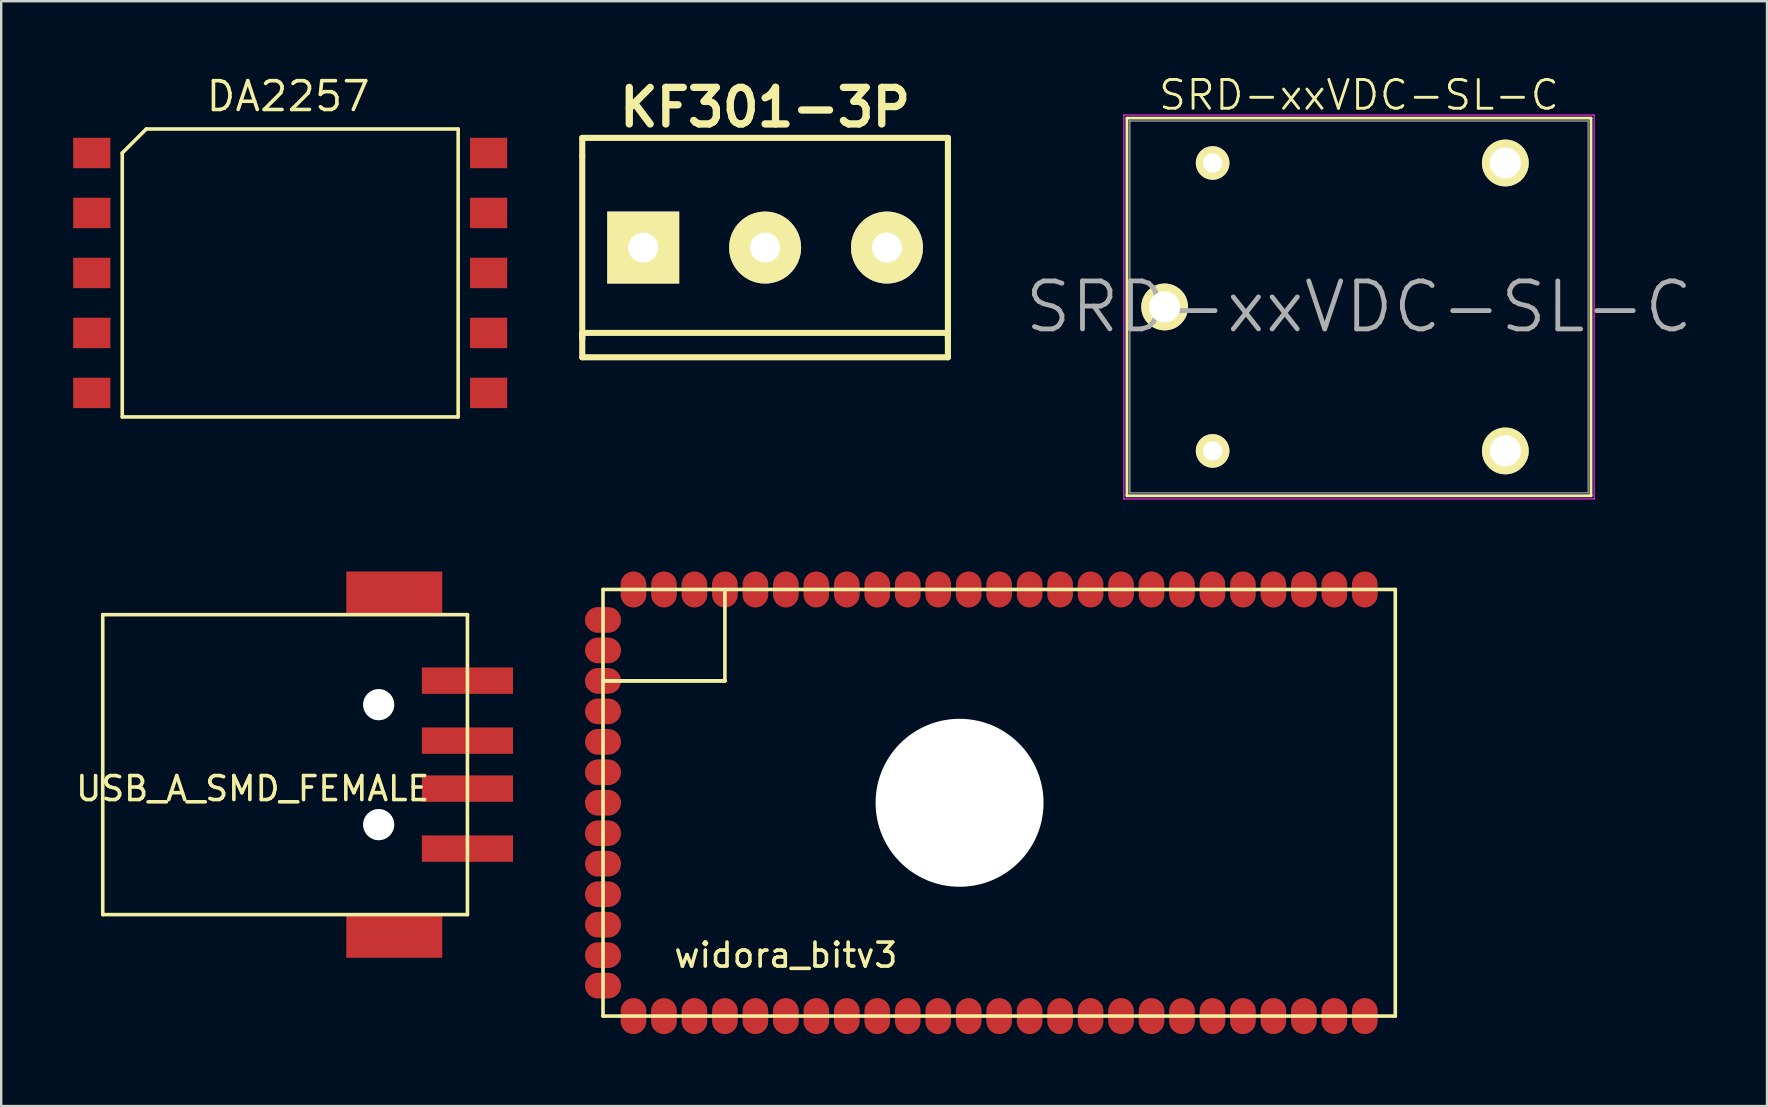
<source format=kicad_pcb>
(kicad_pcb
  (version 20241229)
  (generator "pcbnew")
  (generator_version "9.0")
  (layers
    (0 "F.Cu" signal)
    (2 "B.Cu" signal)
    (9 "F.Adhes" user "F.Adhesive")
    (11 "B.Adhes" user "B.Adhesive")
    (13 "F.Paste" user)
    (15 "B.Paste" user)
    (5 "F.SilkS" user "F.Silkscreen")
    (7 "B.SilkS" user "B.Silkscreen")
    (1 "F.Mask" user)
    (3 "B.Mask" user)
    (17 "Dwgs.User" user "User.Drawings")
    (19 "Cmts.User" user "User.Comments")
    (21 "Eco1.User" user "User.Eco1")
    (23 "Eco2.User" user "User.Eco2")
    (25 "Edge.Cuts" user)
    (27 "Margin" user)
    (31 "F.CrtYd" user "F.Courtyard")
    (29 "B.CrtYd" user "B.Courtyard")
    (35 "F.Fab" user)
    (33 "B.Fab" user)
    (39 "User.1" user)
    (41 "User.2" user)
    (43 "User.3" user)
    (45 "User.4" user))
  (footprint "USB_A_SMD_FEMALE"
    (layer "F.Cu")
    (at 12.732 28.818)
    (property "Reference" "USB_A_SMD_FEMALE" (at -5.25 1 0) (layer "F.SilkS") (effects (font (size 1 1) (thickness 0.15))))
    (attr through_hole)
    (fp_line (start -11.5 -6.25) (end 3.7 -6.25) (stroke (width 0.15) (type solid)) (layer "F.SilkS"))
    (fp_line (start -11.5 6.25) (end -11.5 -6.25) (stroke (width 0.15) (type solid)) (layer "F.SilkS"))
    (fp_line (start 3.7 -6.25) (end 3.7 6.25) (stroke (width 0.15) (type solid)) (layer "F.SilkS"))
    (fp_line (start 3.7 6.25) (end -11.5 6.25) (stroke (width 0.15) (type solid)) (layer "F.SilkS"))
    (pad "" np_thru_hole circle (at 0 -2.5) (size 1.3 1.3) (drill 1.3) (layers "*.Cu" "*.Mask"))
    (pad "" np_thru_hole circle (at 0 2.5) (size 1.3 1.3) (drill 1.3) (layers "*.Cu" "*.Mask"))
    (pad "1" smd rect (at 3.7 -3.5) (size 3.8 1.1) (layers "F.Cu" "F.Mask" "F.Paste"))
    (pad "2" smd rect (at 3.7 -1) (size 3.8 1.1) (layers "F.Cu" "F.Mask" "F.Paste"))
    (pad "3" smd rect (at 3.7 1) (size 3.8 1.1) (layers "F.Cu" "F.Mask" "F.Paste"))
    (pad "4" smd rect (at 3.7 3.5) (size 3.8 1.1) (layers "F.Cu" "F.Mask" "F.Paste"))
    (pad "5" smd rect (at 0.65 -7.15) (size 4 1.8) (layers "F.Cu" "F.Mask" "F.Paste"))
    (pad "5" smd rect (at 0.65 7.15) (size 4 1.8) (layers "F.Cu" "F.Mask" "F.Paste")))
  (footprint "KF301-3P"
    (layer "F.Cu")
    (at 28.837 7.268)
    (property "Reference" "KF301-3P" (at 0 -5.842 0) (layer "F.SilkS") (effects (font (size 1.524 1.524) (thickness 0.305))))
    (attr through_hole)
    (fp_line (start -7.62 -4.572) (end -7.62 -3.81) (stroke (width 0.254) (type solid)) (layer "F.SilkS"))
    (fp_line (start -7.62 -4.572) (end 7.62 -4.572) (stroke (width 0.254) (type solid)) (layer "F.SilkS"))
    (fp_line (start -7.62 3.556) (end 7.62 3.556) (stroke (width 0.254) (type solid)) (layer "F.SilkS"))
    (fp_line (start -7.62 3.81) (end -7.62 -3.81) (stroke (width 0.254) (type solid)) (layer "F.SilkS"))
    (fp_line (start -7.62 4.572) (end -7.62 3.556) (stroke (width 0.254) (type solid)) (layer "F.SilkS"))
    (fp_line (start 7.62 -4.572) (end 7.62 -3.81) (stroke (width 0.254) (type solid)) (layer "F.SilkS"))
    (fp_line (start 7.62 3.556) (end 7.62 4.572) (stroke (width 0.254) (type solid)) (layer "F.SilkS"))
    (fp_line (start 7.62 3.81) (end 7.62 -3.81) (stroke (width 0.254) (type solid)) (layer "F.SilkS"))
    (fp_line (start 7.62 4.572) (end -7.62 4.572) (stroke (width 0.254) (type solid)) (layer "F.SilkS"))
    (pad "1" thru_hole rect (at -5.08 0) (size 3 3) (drill 1.25) (layers "*.Cu" "*.Mask" "F.SilkS"))
    (pad "2" thru_hole circle (at 0 0) (size 3 3) (drill 1.25) (layers "*.Cu" "*.Mask" "F.SilkS"))
    (pad "3" thru_hole circle (at 5.08 0) (size 3 3) (drill 1.25) (layers "*.Cu" "*.Mask" "F.SilkS")))
  (footprint "widora_bitv3"
    (layer "F.Cu")
    (at 38.592 30.408)
    (property "Reference" "widora_bitv3" (at -8.89 6.35 0) (layer "F.SilkS") (effects (font (size 1 1) (thickness 0.15))))
    (attr through_hole)
    (fp_line (start -16.51 -8.89) (end -16.51 8.89) (stroke (width 0.15) (type solid)) (layer "F.SilkS"))
    (fp_line (start -16.51 -5.08) (end -11.43 -5.08) (stroke (width 0.15) (type solid)) (layer "F.SilkS"))
    (fp_line (start -16.51 8.89) (end 16.51 8.89) (stroke (width 0.15) (type solid)) (layer "F.SilkS"))
    (fp_line (start -11.43 -5.08) (end -16.51 -5.08) (stroke (width 0.15) (type solid)) (layer "F.SilkS"))
    (fp_line (start -11.43 -5.08) (end -11.43 -8.89) (stroke (width 0.15) (type solid)) (layer "F.SilkS"))
    (fp_line (start 16.51 -8.89) (end -16.51 -8.89) (stroke (width 0.15) (type solid)) (layer "F.SilkS"))
    (fp_line (start 16.51 8.89) (end 16.51 -8.89) (stroke (width 0.15) (type solid)) (layer "F.SilkS"))
    (pad "" np_thru_hole circle (at -1.65 0) (size 7 7) (drill 7) (layers "*.Cu"))
    (pad "A1" smd oval (at -16.51 -7.62) (size 1.5 1.07) (layers "F.Cu" "F.Mask" "F.Paste"))
    (pad "A2" smd oval (at -16.51 -6.35) (size 1.5 1.07) (layers "F.Cu" "F.Mask" "F.Paste"))
    (pad "A3" smd oval (at -16.51 -5.08) (size 1.5 1.07) (layers "F.Cu" "F.Mask" "F.Paste"))
    (pad "A4" smd oval (at -16.51 -3.81) (size 1.5 1.07) (layers "F.Cu" "F.Mask" "F.Paste"))
    (pad "A5" smd oval (at -16.51 -2.54) (size 1.5 1.07) (layers "F.Cu" "F.Mask" "F.Paste"))
    (pad "A6" smd oval (at -16.51 -1.27) (size 1.5 1.07) (layers "F.Cu" "F.Mask" "F.Paste"))
    (pad "A7" smd oval (at -16.51 0) (size 1.5 1.07) (layers "F.Cu" "F.Mask" "F.Paste"))
    (pad "A8" smd oval (at -16.51 1.27) (size 1.5 1.07) (layers "F.Cu" "F.Mask" "F.Paste"))
    (pad "A9" smd oval (at -16.51 2.54) (size 1.5 1.07) (layers "F.Cu" "F.Mask" "F.Paste"))
    (pad "A10" smd oval (at -16.51 3.81) (size 1.5 1.07) (layers "F.Cu" "F.Mask" "F.Paste"))
    (pad "A11" smd oval (at -16.51 5.08) (size 1.5 1.07) (layers "F.Cu" "F.Mask" "F.Paste"))
    (pad "A12" smd oval (at -16.51 6.35) (size 1.5 1.07) (layers "F.Cu" "F.Mask" "F.Paste"))
    (pad "A13" smd oval (at -16.51 7.62) (size 1.5 1.07) (layers "F.Cu" "F.Mask" "F.Paste"))
    (pad "B1" smd oval (at -15.24 8.89) (size 1.07 1.5) (layers "F.Cu" "F.Mask" "F.Paste"))
    (pad "B2" smd oval (at -13.97 8.89) (size 1.07 1.5) (layers "F.Cu" "F.Mask" "F.Paste"))
    (pad "B3" smd oval (at -12.7 8.89) (size 1.07 1.5) (layers "F.Cu" "F.Mask" "F.Paste"))
    (pad "B4" smd oval (at -11.43 8.89) (size 1.07 1.5) (layers "F.Cu" "F.Mask" "F.Paste"))
    (pad "B5" smd oval (at -10.16 8.89) (size 1.07 1.5) (layers "F.Cu" "F.Mask" "F.Paste"))
    (pad "B6" smd oval (at -8.89 8.89) (size 1.07 1.5) (layers "F.Cu" "F.Mask" "F.Paste"))
    (pad "B7" smd oval (at -7.62 8.89) (size 1.07 1.5) (layers "F.Cu" "F.Mask" "F.Paste"))
    (pad "B8" smd oval (at -6.35 8.89) (size 1.07 1.5) (layers "F.Cu" "F.Mask" "F.Paste"))
    (pad "B9" smd oval (at -5.08 8.89) (size 1.07 1.5) (layers "F.Cu" "F.Mask" "F.Paste"))
    (pad "B10" smd oval (at -3.81 8.89) (size 1.07 1.5) (layers "F.Cu" "F.Mask" "F.Paste"))
    (pad "B11" smd oval (at -2.54 8.89) (size 1.07 1.5) (layers "F.Cu" "F.Mask" "F.Paste"))
    (pad "B12" smd oval (at -1.27 8.89) (size 1.07 1.5) (layers "F.Cu" "F.Mask" "F.Paste"))
    (pad "B13" smd oval (at 0 8.89) (size 1.07 1.5) (layers "F.Cu" "F.Mask" "F.Paste"))
    (pad "B14" smd oval (at 1.27 8.89) (size 1.07 1.5) (layers "F.Cu" "F.Mask" "F.Paste"))
    (pad "B15" smd oval (at 2.54 8.89) (size 1.07 1.5) (layers "F.Cu" "F.Mask" "F.Paste"))
    (pad "B16" smd oval (at 3.81 8.89) (size 1.07 1.5) (layers "F.Cu" "F.Mask" "F.Paste"))
    (pad "B17" smd oval (at 5.08 8.89) (size 1.07 1.5) (layers "F.Cu" "F.Mask" "F.Paste"))
    (pad "B18" smd oval (at 6.35 8.89) (size 1.07 1.5) (layers "F.Cu" "F.Mask" "F.Paste"))
    (pad "B19" smd oval (at 7.62 8.89) (size 1.07 1.5) (layers "F.Cu" "F.Mask" "F.Paste"))
    (pad "B20" smd oval (at 8.89 8.89) (size 1.07 1.5) (layers "F.Cu" "F.Mask" "F.Paste"))
    (pad "B21" smd oval (at 10.16 8.89) (size 1.07 1.5) (layers "F.Cu" "F.Mask" "F.Paste"))
    (pad "B22" smd oval (at 11.43 8.89) (size 1.07 1.5) (layers "F.Cu" "F.Mask" "F.Paste"))
    (pad "B23" smd oval (at 12.7 8.89) (size 1.07 1.5) (layers "F.Cu" "F.Mask" "F.Paste"))
    (pad "B24" smd oval (at 13.97 8.89) (size 1.07 1.5) (layers "F.Cu" "F.Mask" "F.Paste"))
    (pad "B25" smd oval (at 15.24 8.89) (size 1.07 1.5) (layers "F.Cu" "F.Mask" "F.Paste"))
    (pad "C1" smd oval (at -15.24 -8.89) (size 1.07 1.5) (layers "F.Cu" "F.Mask" "F.Paste"))
    (pad "C2" smd oval (at -13.97 -8.89) (size 1.07 1.5) (layers "F.Cu" "F.Mask" "F.Paste"))
    (pad "C3" smd oval (at -12.7 -8.89) (size 1.07 1.5) (layers "F.Cu" "F.Mask" "F.Paste"))
    (pad "C4" smd oval (at -11.43 -8.89) (size 1.07 1.5) (layers "F.Cu" "F.Mask" "F.Paste"))
    (pad "C5" smd oval (at -10.16 -8.89) (size 1.07 1.5) (layers "F.Cu" "F.Mask" "F.Paste"))
    (pad "C6" smd oval (at -8.89 -8.89) (size 1.07 1.5) (layers "F.Cu" "F.Mask" "F.Paste"))
    (pad "C7" smd oval (at -7.62 -8.89) (size 1.07 1.5) (layers "F.Cu" "F.Mask" "F.Paste"))
    (pad "C8" smd oval (at -6.35 -8.89) (size 1.07 1.5) (layers "F.Cu" "F.Mask" "F.Paste"))
    (pad "C9" smd oval (at -5.08 -8.89) (size 1.07 1.5) (layers "F.Cu" "F.Mask" "F.Paste"))
    (pad "C10" smd oval (at -3.81 -8.89) (size 1.07 1.5) (layers "F.Cu" "F.Mask" "F.Paste"))
    (pad "C11" smd oval (at -2.54 -8.89) (size 1.07 1.5) (layers "F.Cu" "F.Mask" "F.Paste"))
    (pad "C12" smd oval (at -1.27 -8.89) (size 1.07 1.5) (layers "F.Cu" "F.Mask" "F.Paste"))
    (pad "C13" smd oval (at 0 -8.89) (size 1.07 1.5) (layers "F.Cu" "F.Mask" "F.Paste"))
    (pad "C14" smd oval (at 1.27 -8.89) (size 1.07 1.5) (layers "F.Cu" "F.Mask" "F.Paste"))
    (pad "C15" smd oval (at 2.54 -8.89) (size 1.07 1.5) (layers "F.Cu" "F.Mask" "F.Paste"))
    (pad "C16" smd oval (at 3.81 -8.89) (size 1.07 1.5) (layers "F.Cu" "F.Mask" "F.Paste"))
    (pad "C17" smd oval (at 5.08 -8.89) (size 1.07 1.5) (layers "F.Cu" "F.Mask" "F.Paste"))
    (pad "C18" smd oval (at 6.35 -8.89) (size 1.07 1.5) (layers "F.Cu" "F.Mask" "F.Paste"))
    (pad "C19" smd oval (at 7.62 -8.89) (size 1.07 1.5) (layers "F.Cu" "F.Mask" "F.Paste"))
    (pad "C20" smd oval (at 8.89 -8.89) (size 1.07 1.5) (layers "F.Cu" "F.Mask" "F.Paste"))
    (pad "C21" smd oval (at 10.16 -8.89) (size 1.07 1.5) (layers "F.Cu" "F.Mask" "F.Paste"))
    (pad "C22" smd oval (at 11.43 -8.89) (size 1.07 1.5) (layers "F.Cu" "F.Mask" "F.Paste"))
    (pad "C23" smd oval (at 12.7 -8.89) (size 1.07 1.5) (layers "F.Cu" "F.Mask" "F.Paste"))
    (pad "C24" smd oval (at 13.97 -8.89) (size 1.07 1.5) (layers "F.Cu" "F.Mask" "F.Paste"))
    (pad "C25" smd oval (at 15.24 -8.89) (size 1.07 1.5) (layers "F.Cu" "F.Mask" "F.Paste")))
  (footprint "DA2257"
    (layer "F.Cu")
    (at 9.045 8.326)
    (property "Reference" "DA2257" (at -0.084 -7.361 0) (layer "F.SilkS") (effects (font (size 1.2 1.2) (thickness 0.15))))
    (attr through_hole)
    (fp_line (start -7 -5) (end -7 6) (stroke (width 0.15) (type solid)) (layer "F.SilkS"))
    (fp_line (start -7 6) (end 7 6) (stroke (width 0.15) (type solid)) (layer "F.SilkS"))
    (fp_line (start -6 -6) (end -7 -5) (stroke (width 0.15) (type solid)) (layer "F.SilkS"))
    (fp_line (start 7 -6) (end -6 -6) (stroke (width 0.15) (type solid)) (layer "F.SilkS"))
    (fp_line (start 7 6) (end 7 -6) (stroke (width 0.15) (type solid)) (layer "F.SilkS"))
    (pad "1" smd rect (at -8.27 -5 270) (size 1.27 1.55) (layers "F.Cu" "F.Mask" "F.Paste"))
    (pad "2" smd rect (at -8.27 -2.5 270) (size 1.27 1.55) (layers "F.Cu" "F.Mask" "F.Paste"))
    (pad "3" smd rect (at -8.27 0 270) (size 1.27 1.55) (layers "F.Cu" "F.Mask" "F.Paste"))
    (pad "4" smd rect (at -8.27 2.5 270) (size 1.27 1.55) (layers "F.Cu" "F.Mask" "F.Paste"))
    (pad "5" smd rect (at -8.27 5 270) (size 1.27 1.55) (layers "F.Cu" "F.Mask" "F.Paste"))
    (pad "6" smd rect (at 8.27 5 270) (size 1.27 1.55) (layers "F.Cu" "F.Mask" "F.Paste"))
    (pad "7" smd rect (at 8.27 2.5 270) (size 1.27 1.55) (layers "F.Cu" "F.Mask" "F.Paste"))
    (pad "8" smd rect (at 8.27 0 270) (size 1.27 1.55) (layers "F.Cu" "F.Mask" "F.Paste"))
    (pad "9" smd rect (at 8.27 -2.5 270) (size 1.27 1.55) (layers "F.Cu" "F.Mask" "F.Paste"))
    (pad "10" smd rect (at 8.27 -5 270) (size 1.27 1.55) (layers "F.Cu" "F.Mask" "F.Paste")))
  (footprint "SRD-xxVDC-SL-C"
    (layer "F.Cu")
    (at 53.589 9.743)
    (property "Reference" "SRD-xxVDC-SL-C" (at 0 -8.83 0) (layer "F.SilkS") (effects (font (size 1.2 1.2) (thickness 0.12))))
    (attr through_hole)
    (fp_line (start -9.67 -7.87) (end -9.67 -7.87) (stroke (width 0.05) (type solid)) (layer "F.SilkS"))
    (fp_line (start -9.67 -7.87) (end 9.67 -7.87) (stroke (width 0.12) (type solid)) (layer "F.SilkS"))
    (fp_line (start -9.67 7.87) (end -9.67 -7.87) (stroke (width 0.12) (type solid)) (layer "F.SilkS"))
    (fp_line (start 9.67 -7.87) (end 9.67 7.87) (stroke (width 0.12) (type solid)) (layer "F.SilkS"))
    (fp_line (start 9.67 7.87) (end -9.67 7.87) (stroke (width 0.12) (type solid)) (layer "F.SilkS"))
    (fp_line (start -9.8 -8) (end 9.8 -8) (stroke (width 0.05) (type solid)) (layer "F.CrtYd"))
    (fp_line (start -9.8 8) (end -9.8 -8) (stroke (width 0.05) (type solid)) (layer "F.CrtYd"))
    (fp_line (start 9.8 -8) (end 9.8 8) (stroke (width 0.05) (type solid)) (layer "F.CrtYd"))
    (fp_line (start 9.8 8) (end -9.8 8) (stroke (width 0.05) (type solid)) (layer "F.CrtYd"))
    (fp_line (start -9.55 -7.75) (end -9.55 -7.75) (stroke (width 0.05) (type solid)) (layer "F.Fab"))
    (fp_line (start -9.55 -7.75) (end 9.55 -7.75) (stroke (width 0.05) (type solid)) (layer "F.Fab"))
    (fp_line (start -9.55 7.75) (end -9.55 -7.75) (stroke (width 0.05) (type solid)) (layer "F.Fab"))
    (fp_line (start 9.55 -7.75) (end 9.55 7.75) (stroke (width 0.05) (type solid)) (layer "F.Fab"))
    (fp_line (start 9.55 7.75) (end -9.55 7.75) (stroke (width 0.05) (type solid)) (layer "F.Fab"))
    (fp_text user "${REFERENCE}" (at 0 0 0) (layer "F.Fab") (effects (font (size 2 2) (thickness 0.2))))
    (pad "1" thru_hole circle (at -6.1 -6) (size 1.4 1.4) (drill 0.8) (layers "*.Cu" "*.Mask" "F.SilkS"))
    (pad "2" thru_hole circle (at -6.1 6) (size 1.4 1.4) (drill 0.8) (layers "*.Cu" "*.Mask" "F.SilkS"))
    (pad "3" thru_hole circle (at -8.1 0) (size 1.95 1.95) (drill 1.3) (layers "*.Cu" "*.Mask" "F.SilkS"))
    (pad "4" thru_hole circle (at 6.1 6) (size 1.95 1.95) (drill 1.3) (layers "*.Cu" "*.Mask" "F.SilkS"))
    (pad "5" thru_hole circle (at 6.1 -6) (size 1.95 1.95) (drill 1.3) (layers "*.Cu" "*.Mask" "F.SilkS")))
  (gr_rect
    (start -3 -3)
    (end 70.594 43.048)
    (stroke (width 0.1) (type default))
    (fill no)
    (layer "Edge.Cuts")))
</source>
